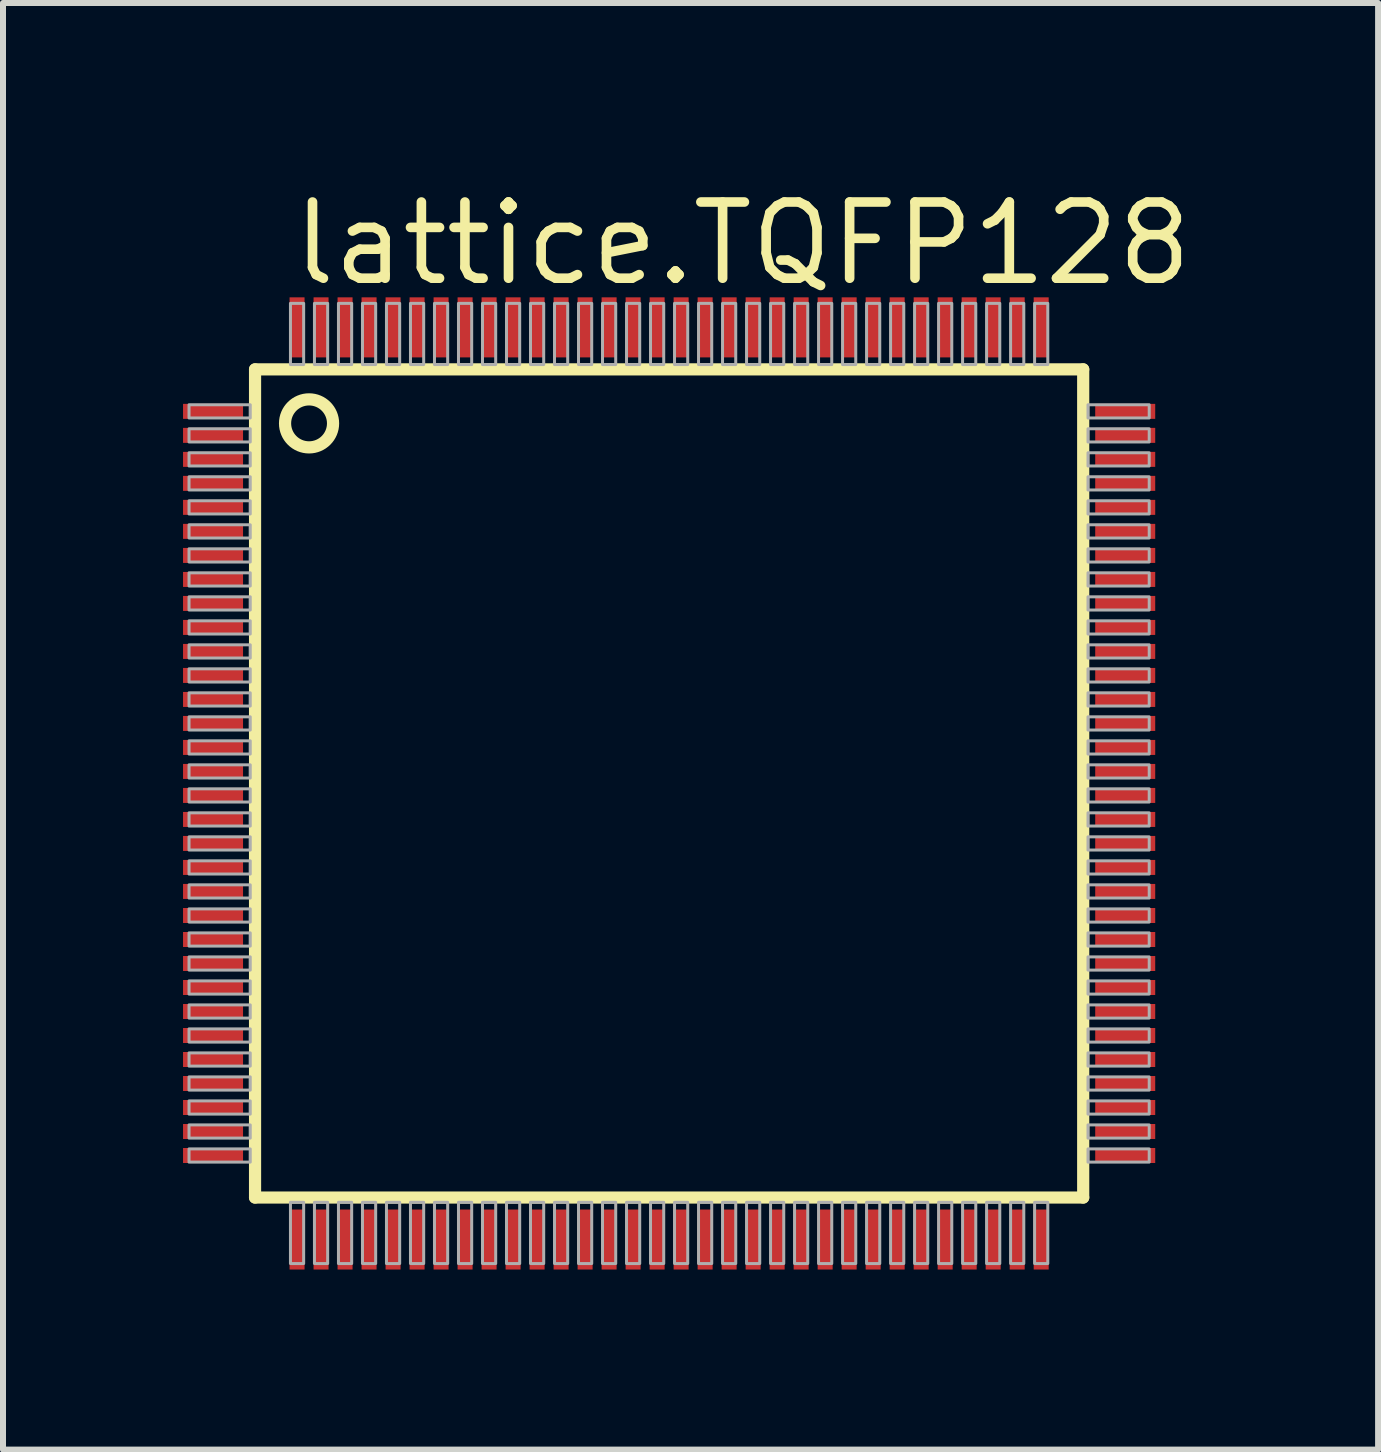
<source format=kicad_pcb>
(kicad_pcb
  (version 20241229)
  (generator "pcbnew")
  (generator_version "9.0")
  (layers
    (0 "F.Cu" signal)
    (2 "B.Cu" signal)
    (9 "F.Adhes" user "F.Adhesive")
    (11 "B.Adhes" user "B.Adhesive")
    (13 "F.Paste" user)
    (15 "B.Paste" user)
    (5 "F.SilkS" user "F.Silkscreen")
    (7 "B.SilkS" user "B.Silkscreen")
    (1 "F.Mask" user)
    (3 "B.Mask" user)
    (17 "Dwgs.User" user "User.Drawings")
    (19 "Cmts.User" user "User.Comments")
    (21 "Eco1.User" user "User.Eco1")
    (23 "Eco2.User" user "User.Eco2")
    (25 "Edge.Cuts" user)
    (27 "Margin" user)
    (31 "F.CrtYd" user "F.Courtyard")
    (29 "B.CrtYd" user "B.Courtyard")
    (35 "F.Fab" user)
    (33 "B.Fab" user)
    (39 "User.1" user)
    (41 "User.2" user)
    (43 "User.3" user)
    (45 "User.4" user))
  (footprint "lattice.TQFP128"
    (layer "F.Cu")
    (at 8.1 10.005)
    (property "Reference" "lattice.TQFP128" (at -6.35 -8.255 0) (layer "F.SilkS") (effects (font (size 1.27 1.27) (thickness 0.16)) (justify left bottom)))
    (attr smd)
    (fp_line (start -6.9 -6.9) (end -6.9 6.9) (stroke (width 0.203) (type default)) (layer "F.SilkS"))
    (fp_line (start -6.9 6.9) (end 6.9 6.9) (stroke (width 0.203) (type default)) (layer "F.SilkS"))
    (fp_line (start 6.9 -6.9) (end -6.9 -6.9) (stroke (width 0.203) (type default)) (layer "F.SilkS"))
    (fp_line (start 6.9 6.9) (end 6.9 -6.9) (stroke (width 0.203) (type default)) (layer "F.SilkS"))
    (fp_circle (center -6 -6) (end -5.6 -6) (stroke (width 0.203) (type default)) (fill no) (layer "F.SilkS"))
    (fp_rect (start -8 -6.09) (end -6.98 -6.31) (stroke (width 0.05) (type default)) (fill no) (layer "F.Fab"))
    (fp_rect (start -8 -5.69) (end -6.98 -5.91) (stroke (width 0.05) (type default)) (fill no) (layer "F.Fab"))
    (fp_rect (start -8 -5.29) (end -6.98 -5.51) (stroke (width 0.05) (type default)) (fill no) (layer "F.Fab"))
    (fp_rect (start -8 -4.89) (end -6.98 -5.11) (stroke (width 0.05) (type default)) (fill no) (layer "F.Fab"))
    (fp_rect (start -8 -4.49) (end -6.98 -4.71) (stroke (width 0.05) (type default)) (fill no) (layer "F.Fab"))
    (fp_rect (start -8 -4.09) (end -6.98 -4.31) (stroke (width 0.05) (type default)) (fill no) (layer "F.Fab"))
    (fp_rect (start -8 -3.69) (end -6.98 -3.91) (stroke (width 0.05) (type default)) (fill no) (layer "F.Fab"))
    (fp_rect (start -8 -3.29) (end -6.98 -3.51) (stroke (width 0.05) (type default)) (fill no) (layer "F.Fab"))
    (fp_rect (start -8 -2.89) (end -6.98 -3.11) (stroke (width 0.05) (type default)) (fill no) (layer "F.Fab"))
    (fp_rect (start -8 -2.49) (end -6.98 -2.71) (stroke (width 0.05) (type default)) (fill no) (layer "F.Fab"))
    (fp_rect (start -8 -2.09) (end -6.98 -2.31) (stroke (width 0.05) (type default)) (fill no) (layer "F.Fab"))
    (fp_rect (start -8 -1.69) (end -6.98 -1.91) (stroke (width 0.05) (type default)) (fill no) (layer "F.Fab"))
    (fp_rect (start -8 -1.29) (end -6.98 -1.51) (stroke (width 0.05) (type default)) (fill no) (layer "F.Fab"))
    (fp_rect (start -8 -0.89) (end -6.98 -1.11) (stroke (width 0.05) (type default)) (fill no) (layer "F.Fab"))
    (fp_rect (start -8 -0.49) (end -6.98 -0.71) (stroke (width 0.05) (type default)) (fill no) (layer "F.Fab"))
    (fp_rect (start -8 -0.09) (end -6.98 -0.31) (stroke (width 0.05) (type default)) (fill no) (layer "F.Fab"))
    (fp_rect (start -8 0.31) (end -6.98 0.09) (stroke (width 0.05) (type default)) (fill no) (layer "F.Fab"))
    (fp_rect (start -8 0.71) (end -6.98 0.49) (stroke (width 0.05) (type default)) (fill no) (layer "F.Fab"))
    (fp_rect (start -8 1.11) (end -6.98 0.89) (stroke (width 0.05) (type default)) (fill no) (layer "F.Fab"))
    (fp_rect (start -8 1.51) (end -6.98 1.29) (stroke (width 0.05) (type default)) (fill no) (layer "F.Fab"))
    (fp_rect (start -8 1.91) (end -6.98 1.69) (stroke (width 0.05) (type default)) (fill no) (layer "F.Fab"))
    (fp_rect (start -8 2.31) (end -6.98 2.09) (stroke (width 0.05) (type default)) (fill no) (layer "F.Fab"))
    (fp_rect (start -8 2.71) (end -6.98 2.49) (stroke (width 0.05) (type default)) (fill no) (layer "F.Fab"))
    (fp_rect (start -8 3.11) (end -6.98 2.89) (stroke (width 0.05) (type default)) (fill no) (layer "F.Fab"))
    (fp_rect (start -8 3.51) (end -6.98 3.29) (stroke (width 0.05) (type default)) (fill no) (layer "F.Fab"))
    (fp_rect (start -8 3.91) (end -6.98 3.69) (stroke (width 0.05) (type default)) (fill no) (layer "F.Fab"))
    (fp_rect (start -8 4.31) (end -6.98 4.09) (stroke (width 0.05) (type default)) (fill no) (layer "F.Fab"))
    (fp_rect (start -8 4.71) (end -6.98 4.49) (stroke (width 0.05) (type default)) (fill no) (layer "F.Fab"))
    (fp_rect (start -8 5.11) (end -6.98 4.89) (stroke (width 0.05) (type default)) (fill no) (layer "F.Fab"))
    (fp_rect (start -8 5.51) (end -6.98 5.29) (stroke (width 0.05) (type default)) (fill no) (layer "F.Fab"))
    (fp_rect (start -8 5.91) (end -6.98 5.69) (stroke (width 0.05) (type default)) (fill no) (layer "F.Fab"))
    (fp_rect (start -8 6.31) (end -6.98 6.09) (stroke (width 0.05) (type default)) (fill no) (layer "F.Fab"))
    (fp_rect (start -6.31 -6.98) (end -6.09 -8) (stroke (width 0.05) (type default)) (fill no) (layer "F.Fab"))
    (fp_rect (start -6.31 8) (end -6.09 6.98) (stroke (width 0.05) (type default)) (fill no) (layer "F.Fab"))
    (fp_rect (start -5.91 -6.98) (end -5.69 -8) (stroke (width 0.05) (type default)) (fill no) (layer "F.Fab"))
    (fp_rect (start -5.91 8) (end -5.69 6.98) (stroke (width 0.05) (type default)) (fill no) (layer "F.Fab"))
    (fp_rect (start -5.51 -6.98) (end -5.29 -8) (stroke (width 0.05) (type default)) (fill no) (layer "F.Fab"))
    (fp_rect (start -5.51 8) (end -5.29 6.98) (stroke (width 0.05) (type default)) (fill no) (layer "F.Fab"))
    (fp_rect (start -5.11 -6.98) (end -4.89 -8) (stroke (width 0.05) (type default)) (fill no) (layer "F.Fab"))
    (fp_rect (start -5.11 8) (end -4.89 6.98) (stroke (width 0.05) (type default)) (fill no) (layer "F.Fab"))
    (fp_rect (start -4.71 -6.98) (end -4.49 -8) (stroke (width 0.05) (type default)) (fill no) (layer "F.Fab"))
    (fp_rect (start -4.71 8) (end -4.49 6.98) (stroke (width 0.05) (type default)) (fill no) (layer "F.Fab"))
    (fp_rect (start -4.31 -6.98) (end -4.09 -8) (stroke (width 0.05) (type default)) (fill no) (layer "F.Fab"))
    (fp_rect (start -4.31 8) (end -4.09 6.98) (stroke (width 0.05) (type default)) (fill no) (layer "F.Fab"))
    (fp_rect (start -3.91 -6.98) (end -3.69 -8) (stroke (width 0.05) (type default)) (fill no) (layer "F.Fab"))
    (fp_rect (start -3.91 8) (end -3.69 6.98) (stroke (width 0.05) (type default)) (fill no) (layer "F.Fab"))
    (fp_rect (start -3.51 -6.98) (end -3.29 -8) (stroke (width 0.05) (type default)) (fill no) (layer "F.Fab"))
    (fp_rect (start -3.51 8) (end -3.29 6.98) (stroke (width 0.05) (type default)) (fill no) (layer "F.Fab"))
    (fp_rect (start -3.11 -6.98) (end -2.89 -8) (stroke (width 0.05) (type default)) (fill no) (layer "F.Fab"))
    (fp_rect (start -3.11 8) (end -2.89 6.98) (stroke (width 0.05) (type default)) (fill no) (layer "F.Fab"))
    (fp_rect (start -2.71 -6.98) (end -2.49 -8) (stroke (width 0.05) (type default)) (fill no) (layer "F.Fab"))
    (fp_rect (start -2.71 8) (end -2.49 6.98) (stroke (width 0.05) (type default)) (fill no) (layer "F.Fab"))
    (fp_rect (start -2.31 -6.98) (end -2.09 -8) (stroke (width 0.05) (type default)) (fill no) (layer "F.Fab"))
    (fp_rect (start -2.31 8) (end -2.09 6.98) (stroke (width 0.05) (type default)) (fill no) (layer "F.Fab"))
    (fp_rect (start -1.91 -6.98) (end -1.69 -8) (stroke (width 0.05) (type default)) (fill no) (layer "F.Fab"))
    (fp_rect (start -1.91 8) (end -1.69 6.98) (stroke (width 0.05) (type default)) (fill no) (layer "F.Fab"))
    (fp_rect (start -1.51 -6.98) (end -1.29 -8) (stroke (width 0.05) (type default)) (fill no) (layer "F.Fab"))
    (fp_rect (start -1.51 8) (end -1.29 6.98) (stroke (width 0.05) (type default)) (fill no) (layer "F.Fab"))
    (fp_rect (start -1.11 -6.98) (end -0.89 -8) (stroke (width 0.05) (type default)) (fill no) (layer "F.Fab"))
    (fp_rect (start -1.11 8) (end -0.89 6.98) (stroke (width 0.05) (type default)) (fill no) (layer "F.Fab"))
    (fp_rect (start -0.71 -6.98) (end -0.49 -8) (stroke (width 0.05) (type default)) (fill no) (layer "F.Fab"))
    (fp_rect (start -0.71 8) (end -0.49 6.98) (stroke (width 0.05) (type default)) (fill no) (layer "F.Fab"))
    (fp_rect (start -0.31 -6.98) (end -0.09 -8) (stroke (width 0.05) (type default)) (fill no) (layer "F.Fab"))
    (fp_rect (start -0.31 8) (end -0.09 6.98) (stroke (width 0.05) (type default)) (fill no) (layer "F.Fab"))
    (fp_rect (start 0.09 -6.98) (end 0.31 -8) (stroke (width 0.05) (type default)) (fill no) (layer "F.Fab"))
    (fp_rect (start 0.09 8) (end 0.31 6.98) (stroke (width 0.05) (type default)) (fill no) (layer "F.Fab"))
    (fp_rect (start 0.49 -6.98) (end 0.71 -8) (stroke (width 0.05) (type default)) (fill no) (layer "F.Fab"))
    (fp_rect (start 0.49 8) (end 0.71 6.98) (stroke (width 0.05) (type default)) (fill no) (layer "F.Fab"))
    (fp_rect (start 0.89 -6.98) (end 1.11 -8) (stroke (width 0.05) (type default)) (fill no) (layer "F.Fab"))
    (fp_rect (start 0.89 8) (end 1.11 6.98) (stroke (width 0.05) (type default)) (fill no) (layer "F.Fab"))
    (fp_rect (start 1.29 -6.98) (end 1.51 -8) (stroke (width 0.05) (type default)) (fill no) (layer "F.Fab"))
    (fp_rect (start 1.29 8) (end 1.51 6.98) (stroke (width 0.05) (type default)) (fill no) (layer "F.Fab"))
    (fp_rect (start 1.69 -6.98) (end 1.91 -8) (stroke (width 0.05) (type default)) (fill no) (layer "F.Fab"))
    (fp_rect (start 1.69 8) (end 1.91 6.98) (stroke (width 0.05) (type default)) (fill no) (layer "F.Fab"))
    (fp_rect (start 2.09 -6.98) (end 2.31 -8) (stroke (width 0.05) (type default)) (fill no) (layer "F.Fab"))
    (fp_rect (start 2.09 8) (end 2.31 6.98) (stroke (width 0.05) (type default)) (fill no) (layer "F.Fab"))
    (fp_rect (start 2.49 -6.98) (end 2.71 -8) (stroke (width 0.05) (type default)) (fill no) (layer "F.Fab"))
    (fp_rect (start 2.49 8) (end 2.71 6.98) (stroke (width 0.05) (type default)) (fill no) (layer "F.Fab"))
    (fp_rect (start 2.89 -6.98) (end 3.11 -8) (stroke (width 0.05) (type default)) (fill no) (layer "F.Fab"))
    (fp_rect (start 2.89 8) (end 3.11 6.98) (stroke (width 0.05) (type default)) (fill no) (layer "F.Fab"))
    (fp_rect (start 3.29 -6.98) (end 3.51 -8) (stroke (width 0.05) (type default)) (fill no) (layer "F.Fab"))
    (fp_rect (start 3.29 8) (end 3.51 6.98) (stroke (width 0.05) (type default)) (fill no) (layer "F.Fab"))
    (fp_rect (start 3.69 -6.98) (end 3.91 -8) (stroke (width 0.05) (type default)) (fill no) (layer "F.Fab"))
    (fp_rect (start 3.69 8) (end 3.91 6.98) (stroke (width 0.05) (type default)) (fill no) (layer "F.Fab"))
    (fp_rect (start 4.09 -6.98) (end 4.31 -8) (stroke (width 0.05) (type default)) (fill no) (layer "F.Fab"))
    (fp_rect (start 4.09 8) (end 4.31 6.98) (stroke (width 0.05) (type default)) (fill no) (layer "F.Fab"))
    (fp_rect (start 4.49 -6.98) (end 4.71 -8) (stroke (width 0.05) (type default)) (fill no) (layer "F.Fab"))
    (fp_rect (start 4.49 8) (end 4.71 6.98) (stroke (width 0.05) (type default)) (fill no) (layer "F.Fab"))
    (fp_rect (start 4.89 -6.98) (end 5.11 -8) (stroke (width 0.05) (type default)) (fill no) (layer "F.Fab"))
    (fp_rect (start 4.89 8) (end 5.11 6.98) (stroke (width 0.05) (type default)) (fill no) (layer "F.Fab"))
    (fp_rect (start 5.29 -6.98) (end 5.51 -8) (stroke (width 0.05) (type default)) (fill no) (layer "F.Fab"))
    (fp_rect (start 5.29 8) (end 5.51 6.98) (stroke (width 0.05) (type default)) (fill no) (layer "F.Fab"))
    (fp_rect (start 5.69 -6.98) (end 5.91 -8) (stroke (width 0.05) (type default)) (fill no) (layer "F.Fab"))
    (fp_rect (start 5.69 8) (end 5.91 6.98) (stroke (width 0.05) (type default)) (fill no) (layer "F.Fab"))
    (fp_rect (start 6.09 -6.98) (end 6.31 -8) (stroke (width 0.05) (type default)) (fill no) (layer "F.Fab"))
    (fp_rect (start 6.09 8) (end 6.31 6.98) (stroke (width 0.05) (type default)) (fill no) (layer "F.Fab"))
    (fp_rect (start 6.98 -6.09) (end 8 -6.31) (stroke (width 0.05) (type default)) (fill no) (layer "F.Fab"))
    (fp_rect (start 6.98 -5.69) (end 8 -5.91) (stroke (width 0.05) (type default)) (fill no) (layer "F.Fab"))
    (fp_rect (start 6.98 -5.29) (end 8 -5.51) (stroke (width 0.05) (type default)) (fill no) (layer "F.Fab"))
    (fp_rect (start 6.98 -4.89) (end 8 -5.11) (stroke (width 0.05) (type default)) (fill no) (layer "F.Fab"))
    (fp_rect (start 6.98 -4.49) (end 8 -4.71) (stroke (width 0.05) (type default)) (fill no) (layer "F.Fab"))
    (fp_rect (start 6.98 -4.09) (end 8 -4.31) (stroke (width 0.05) (type default)) (fill no) (layer "F.Fab"))
    (fp_rect (start 6.98 -3.69) (end 8 -3.91) (stroke (width 0.05) (type default)) (fill no) (layer "F.Fab"))
    (fp_rect (start 6.98 -3.29) (end 8 -3.51) (stroke (width 0.05) (type default)) (fill no) (layer "F.Fab"))
    (fp_rect (start 6.98 -2.89) (end 8 -3.11) (stroke (width 0.05) (type default)) (fill no) (layer "F.Fab"))
    (fp_rect (start 6.98 -2.49) (end 8 -2.71) (stroke (width 0.05) (type default)) (fill no) (layer "F.Fab"))
    (fp_rect (start 6.98 -2.09) (end 8 -2.31) (stroke (width 0.05) (type default)) (fill no) (layer "F.Fab"))
    (fp_rect (start 6.98 -1.69) (end 8 -1.91) (stroke (width 0.05) (type default)) (fill no) (layer "F.Fab"))
    (fp_rect (start 6.98 -1.29) (end 8 -1.51) (stroke (width 0.05) (type default)) (fill no) (layer "F.Fab"))
    (fp_rect (start 6.98 -0.89) (end 8 -1.11) (stroke (width 0.05) (type default)) (fill no) (layer "F.Fab"))
    (fp_rect (start 6.98 -0.49) (end 8 -0.71) (stroke (width 0.05) (type default)) (fill no) (layer "F.Fab"))
    (fp_rect (start 6.98 -0.09) (end 8 -0.31) (stroke (width 0.05) (type default)) (fill no) (layer "F.Fab"))
    (fp_rect (start 6.98 0.31) (end 8 0.09) (stroke (width 0.05) (type default)) (fill no) (layer "F.Fab"))
    (fp_rect (start 6.98 0.71) (end 8 0.49) (stroke (width 0.05) (type default)) (fill no) (layer "F.Fab"))
    (fp_rect (start 6.98 1.11) (end 8 0.89) (stroke (width 0.05) (type default)) (fill no) (layer "F.Fab"))
    (fp_rect (start 6.98 1.51) (end 8 1.29) (stroke (width 0.05) (type default)) (fill no) (layer "F.Fab"))
    (fp_rect (start 6.98 1.91) (end 8 1.69) (stroke (width 0.05) (type default)) (fill no) (layer "F.Fab"))
    (fp_rect (start 6.98 2.31) (end 8 2.09) (stroke (width 0.05) (type default)) (fill no) (layer "F.Fab"))
    (fp_rect (start 6.98 2.71) (end 8 2.49) (stroke (width 0.05) (type default)) (fill no) (layer "F.Fab"))
    (fp_rect (start 6.98 3.11) (end 8 2.89) (stroke (width 0.05) (type default)) (fill no) (layer "F.Fab"))
    (fp_rect (start 6.98 3.51) (end 8 3.29) (stroke (width 0.05) (type default)) (fill no) (layer "F.Fab"))
    (fp_rect (start 6.98 3.91) (end 8 3.69) (stroke (width 0.05) (type default)) (fill no) (layer "F.Fab"))
    (fp_rect (start 6.98 4.31) (end 8 4.09) (stroke (width 0.05) (type default)) (fill no) (layer "F.Fab"))
    (fp_rect (start 6.98 4.71) (end 8 4.49) (stroke (width 0.05) (type default)) (fill no) (layer "F.Fab"))
    (fp_rect (start 6.98 5.11) (end 8 4.89) (stroke (width 0.05) (type default)) (fill no) (layer "F.Fab"))
    (fp_rect (start 6.98 5.51) (end 8 5.29) (stroke (width 0.05) (type default)) (fill no) (layer "F.Fab"))
    (fp_rect (start 6.98 5.91) (end 8 5.69) (stroke (width 0.05) (type default)) (fill no) (layer "F.Fab"))
    (fp_rect (start 6.98 6.31) (end 8 6.09) (stroke (width 0.05) (type default)) (fill no) (layer "F.Fab"))
    (pad "1" smd roundrect (at -7.6 -6.2) (size 1 0.25) (layers "F.Cu" "F.Mask" "F.Paste") (roundrect_rratio 0.01))
    (pad "2" smd roundrect (at -7.6 -5.8) (size 1 0.25) (layers "F.Cu" "F.Mask" "F.Paste") (roundrect_rratio 0.01))
    (pad "3" smd roundrect (at -7.6 -5.4) (size 1 0.25) (layers "F.Cu" "F.Mask" "F.Paste") (roundrect_rratio 0.01))
    (pad "4" smd roundrect (at -7.6 -5) (size 1 0.25) (layers "F.Cu" "F.Mask" "F.Paste") (roundrect_rratio 0.01))
    (pad "5" smd roundrect (at -7.6 -4.6) (size 1 0.25) (layers "F.Cu" "F.Mask" "F.Paste") (roundrect_rratio 0.01))
    (pad "6" smd roundrect (at -7.6 -4.2) (size 1 0.25) (layers "F.Cu" "F.Mask" "F.Paste") (roundrect_rratio 0.01))
    (pad "7" smd roundrect (at -7.6 -3.8) (size 1 0.25) (layers "F.Cu" "F.Mask" "F.Paste") (roundrect_rratio 0.01))
    (pad "8" smd roundrect (at -7.6 -3.4) (size 1 0.25) (layers "F.Cu" "F.Mask" "F.Paste") (roundrect_rratio 0.01))
    (pad "9" smd roundrect (at -7.6 -3) (size 1 0.25) (layers "F.Cu" "F.Mask" "F.Paste") (roundrect_rratio 0.01))
    (pad "10" smd roundrect (at -7.6 -2.6) (size 1 0.25) (layers "F.Cu" "F.Mask" "F.Paste") (roundrect_rratio 0.01))
    (pad "11" smd roundrect (at -7.6 -2.2) (size 1 0.25) (layers "F.Cu" "F.Mask" "F.Paste") (roundrect_rratio 0.01))
    (pad "12" smd roundrect (at -7.6 -1.8) (size 1 0.25) (layers "F.Cu" "F.Mask" "F.Paste") (roundrect_rratio 0.01))
    (pad "13" smd roundrect (at -7.6 -1.4) (size 1 0.25) (layers "F.Cu" "F.Mask" "F.Paste") (roundrect_rratio 0.01))
    (pad "14" smd roundrect (at -7.6 -1) (size 1 0.25) (layers "F.Cu" "F.Mask" "F.Paste") (roundrect_rratio 0.01))
    (pad "15" smd roundrect (at -7.6 -0.6) (size 1 0.25) (layers "F.Cu" "F.Mask" "F.Paste") (roundrect_rratio 0.01))
    (pad "16" smd roundrect (at -7.6 -0.2) (size 1 0.25) (layers "F.Cu" "F.Mask" "F.Paste") (roundrect_rratio 0.01))
    (pad "17" smd roundrect (at -7.6 0.2) (size 1 0.25) (layers "F.Cu" "F.Mask" "F.Paste") (roundrect_rratio 0.01))
    (pad "18" smd roundrect (at -7.6 0.6) (size 1 0.25) (layers "F.Cu" "F.Mask" "F.Paste") (roundrect_rratio 0.01))
    (pad "19" smd roundrect (at -7.6 1) (size 1 0.25) (layers "F.Cu" "F.Mask" "F.Paste") (roundrect_rratio 0.01))
    (pad "20" smd roundrect (at -7.6 1.4) (size 1 0.25) (layers "F.Cu" "F.Mask" "F.Paste") (roundrect_rratio 0.01))
    (pad "21" smd roundrect (at -7.6 1.8) (size 1 0.25) (layers "F.Cu" "F.Mask" "F.Paste") (roundrect_rratio 0.01))
    (pad "22" smd roundrect (at -7.6 2.2) (size 1 0.25) (layers "F.Cu" "F.Mask" "F.Paste") (roundrect_rratio 0.01))
    (pad "23" smd roundrect (at -7.6 2.6) (size 1 0.25) (layers "F.Cu" "F.Mask" "F.Paste") (roundrect_rratio 0.01))
    (pad "24" smd roundrect (at -7.6 3) (size 1 0.25) (layers "F.Cu" "F.Mask" "F.Paste") (roundrect_rratio 0.01))
    (pad "25" smd roundrect (at -7.6 3.4) (size 1 0.25) (layers "F.Cu" "F.Mask" "F.Paste") (roundrect_rratio 0.01))
    (pad "26" smd roundrect (at -7.6 3.8) (size 1 0.25) (layers "F.Cu" "F.Mask" "F.Paste") (roundrect_rratio 0.01))
    (pad "27" smd roundrect (at -7.6 4.2) (size 1 0.25) (layers "F.Cu" "F.Mask" "F.Paste") (roundrect_rratio 0.01))
    (pad "28" smd roundrect (at -7.6 4.6) (size 1 0.25) (layers "F.Cu" "F.Mask" "F.Paste") (roundrect_rratio 0.01))
    (pad "29" smd roundrect (at -7.6 5) (size 1 0.25) (layers "F.Cu" "F.Mask" "F.Paste") (roundrect_rratio 0.01))
    (pad "30" smd roundrect (at -7.6 5.4) (size 1 0.25) (layers "F.Cu" "F.Mask" "F.Paste") (roundrect_rratio 0.01))
    (pad "31" smd roundrect (at -7.6 5.8) (size 1 0.25) (layers "F.Cu" "F.Mask" "F.Paste") (roundrect_rratio 0.01))
    (pad "32" smd roundrect (at -7.6 6.2) (size 1 0.25) (layers "F.Cu" "F.Mask" "F.Paste") (roundrect_rratio 0.01))
    (pad "33" smd roundrect (at -6.2 7.6) (size 0.25 1) (layers "F.Cu" "F.Mask" "F.Paste") (roundrect_rratio 0.01))
    (pad "34" smd roundrect (at -5.8 7.6) (size 0.25 1) (layers "F.Cu" "F.Mask" "F.Paste") (roundrect_rratio 0.01))
    (pad "35" smd roundrect (at -5.4 7.6) (size 0.25 1) (layers "F.Cu" "F.Mask" "F.Paste") (roundrect_rratio 0.01))
    (pad "36" smd roundrect (at -5 7.6) (size 0.25 1) (layers "F.Cu" "F.Mask" "F.Paste") (roundrect_rratio 0.01))
    (pad "37" smd roundrect (at -4.6 7.6) (size 0.25 1) (layers "F.Cu" "F.Mask" "F.Paste") (roundrect_rratio 0.01))
    (pad "38" smd roundrect (at -4.2 7.6) (size 0.25 1) (layers "F.Cu" "F.Mask" "F.Paste") (roundrect_rratio 0.01))
    (pad "39" smd roundrect (at -3.8 7.6) (size 0.25 1) (layers "F.Cu" "F.Mask" "F.Paste") (roundrect_rratio 0.01))
    (pad "40" smd roundrect (at -3.4 7.6) (size 0.25 1) (layers "F.Cu" "F.Mask" "F.Paste") (roundrect_rratio 0.01))
    (pad "41" smd roundrect (at -3 7.6) (size 0.25 1) (layers "F.Cu" "F.Mask" "F.Paste") (roundrect_rratio 0.01))
    (pad "42" smd roundrect (at -2.6 7.6) (size 0.25 1) (layers "F.Cu" "F.Mask" "F.Paste") (roundrect_rratio 0.01))
    (pad "43" smd roundrect (at -2.2 7.6) (size 0.25 1) (layers "F.Cu" "F.Mask" "F.Paste") (roundrect_rratio 0.01))
    (pad "44" smd roundrect (at -1.8 7.6) (size 0.25 1) (layers "F.Cu" "F.Mask" "F.Paste") (roundrect_rratio 0.01))
    (pad "45" smd roundrect (at -1.4 7.6) (size 0.25 1) (layers "F.Cu" "F.Mask" "F.Paste") (roundrect_rratio 0.01))
    (pad "46" smd roundrect (at -1 7.6) (size 0.25 1) (layers "F.Cu" "F.Mask" "F.Paste") (roundrect_rratio 0.01))
    (pad "47" smd roundrect (at -0.6 7.6) (size 0.25 1) (layers "F.Cu" "F.Mask" "F.Paste") (roundrect_rratio 0.01))
    (pad "48" smd roundrect (at -0.2 7.6) (size 0.25 1) (layers "F.Cu" "F.Mask" "F.Paste") (roundrect_rratio 0.01))
    (pad "49" smd roundrect (at 0.2 7.6) (size 0.25 1) (layers "F.Cu" "F.Mask" "F.Paste") (roundrect_rratio 0.01))
    (pad "50" smd roundrect (at 0.6 7.6) (size 0.25 1) (layers "F.Cu" "F.Mask" "F.Paste") (roundrect_rratio 0.01))
    (pad "51" smd roundrect (at 1 7.6) (size 0.25 1) (layers "F.Cu" "F.Mask" "F.Paste") (roundrect_rratio 0.01))
    (pad "52" smd roundrect (at 1.4 7.6) (size 0.25 1) (layers "F.Cu" "F.Mask" "F.Paste") (roundrect_rratio 0.01))
    (pad "53" smd roundrect (at 1.8 7.6) (size 0.25 1) (layers "F.Cu" "F.Mask" "F.Paste") (roundrect_rratio 0.01))
    (pad "54" smd roundrect (at 2.2 7.6) (size 0.25 1) (layers "F.Cu" "F.Mask" "F.Paste") (roundrect_rratio 0.01))
    (pad "55" smd roundrect (at 2.6 7.6) (size 0.25 1) (layers "F.Cu" "F.Mask" "F.Paste") (roundrect_rratio 0.01))
    (pad "56" smd roundrect (at 3 7.6) (size 0.25 1) (layers "F.Cu" "F.Mask" "F.Paste") (roundrect_rratio 0.01))
    (pad "57" smd roundrect (at 3.4 7.6) (size 0.25 1) (layers "F.Cu" "F.Mask" "F.Paste") (roundrect_rratio 0.01))
    (pad "58" smd roundrect (at 3.8 7.6) (size 0.25 1) (layers "F.Cu" "F.Mask" "F.Paste") (roundrect_rratio 0.01))
    (pad "59" smd roundrect (at 4.2 7.6) (size 0.25 1) (layers "F.Cu" "F.Mask" "F.Paste") (roundrect_rratio 0.01))
    (pad "60" smd roundrect (at 4.6 7.6) (size 0.25 1) (layers "F.Cu" "F.Mask" "F.Paste") (roundrect_rratio 0.01))
    (pad "61" smd roundrect (at 5 7.6) (size 0.25 1) (layers "F.Cu" "F.Mask" "F.Paste") (roundrect_rratio 0.01))
    (pad "62" smd roundrect (at 5.4 7.6) (size 0.25 1) (layers "F.Cu" "F.Mask" "F.Paste") (roundrect_rratio 0.01))
    (pad "63" smd roundrect (at 5.8 7.6) (size 0.25 1) (layers "F.Cu" "F.Mask" "F.Paste") (roundrect_rratio 0.01))
    (pad "64" smd roundrect (at 6.2 7.6) (size 0.25 1) (layers "F.Cu" "F.Mask" "F.Paste") (roundrect_rratio 0.01))
    (pad "65" smd roundrect (at 7.6 6.2) (size 1 0.25) (layers "F.Cu" "F.Mask" "F.Paste") (roundrect_rratio 0.01))
    (pad "66" smd roundrect (at 7.6 5.8) (size 1 0.25) (layers "F.Cu" "F.Mask" "F.Paste") (roundrect_rratio 0.01))
    (pad "67" smd roundrect (at 7.6 5.4) (size 1 0.25) (layers "F.Cu" "F.Mask" "F.Paste") (roundrect_rratio 0.01))
    (pad "68" smd roundrect (at 7.6 5) (size 1 0.25) (layers "F.Cu" "F.Mask" "F.Paste") (roundrect_rratio 0.01))
    (pad "69" smd roundrect (at 7.6 4.6) (size 1 0.25) (layers "F.Cu" "F.Mask" "F.Paste") (roundrect_rratio 0.01))
    (pad "70" smd roundrect (at 7.6 4.2) (size 1 0.25) (layers "F.Cu" "F.Mask" "F.Paste") (roundrect_rratio 0.01))
    (pad "71" smd roundrect (at 7.6 3.8) (size 1 0.25) (layers "F.Cu" "F.Mask" "F.Paste") (roundrect_rratio 0.01))
    (pad "72" smd roundrect (at 7.6 3.4) (size 1 0.25) (layers "F.Cu" "F.Mask" "F.Paste") (roundrect_rratio 0.01))
    (pad "73" smd roundrect (at 7.6 3) (size 1 0.25) (layers "F.Cu" "F.Mask" "F.Paste") (roundrect_rratio 0.01))
    (pad "74" smd roundrect (at 7.6 2.6) (size 1 0.25) (layers "F.Cu" "F.Mask" "F.Paste") (roundrect_rratio 0.01))
    (pad "75" smd roundrect (at 7.6 2.2) (size 1 0.25) (layers "F.Cu" "F.Mask" "F.Paste") (roundrect_rratio 0.01))
    (pad "76" smd roundrect (at 7.6 1.8) (size 1 0.25) (layers "F.Cu" "F.Mask" "F.Paste") (roundrect_rratio 0.01))
    (pad "77" smd roundrect (at 7.6 1.4) (size 1 0.25) (layers "F.Cu" "F.Mask" "F.Paste") (roundrect_rratio 0.01))
    (pad "78" smd roundrect (at 7.6 1) (size 1 0.25) (layers "F.Cu" "F.Mask" "F.Paste") (roundrect_rratio 0.01))
    (pad "79" smd roundrect (at 7.6 0.6) (size 1 0.25) (layers "F.Cu" "F.Mask" "F.Paste") (roundrect_rratio 0.01))
    (pad "80" smd roundrect (at 7.6 0.2) (size 1 0.25) (layers "F.Cu" "F.Mask" "F.Paste") (roundrect_rratio 0.01))
    (pad "81" smd roundrect (at 7.6 -0.2) (size 1 0.25) (layers "F.Cu" "F.Mask" "F.Paste") (roundrect_rratio 0.01))
    (pad "82" smd roundrect (at 7.6 -0.6) (size 1 0.25) (layers "F.Cu" "F.Mask" "F.Paste") (roundrect_rratio 0.01))
    (pad "83" smd roundrect (at 7.6 -1) (size 1 0.25) (layers "F.Cu" "F.Mask" "F.Paste") (roundrect_rratio 0.01))
    (pad "84" smd roundrect (at 7.6 -1.4) (size 1 0.25) (layers "F.Cu" "F.Mask" "F.Paste") (roundrect_rratio 0.01))
    (pad "85" smd roundrect (at 7.6 -1.8) (size 1 0.25) (layers "F.Cu" "F.Mask" "F.Paste") (roundrect_rratio 0.01))
    (pad "86" smd roundrect (at 7.6 -2.2) (size 1 0.25) (layers "F.Cu" "F.Mask" "F.Paste") (roundrect_rratio 0.01))
    (pad "87" smd roundrect (at 7.6 -2.6) (size 1 0.25) (layers "F.Cu" "F.Mask" "F.Paste") (roundrect_rratio 0.01))
    (pad "88" smd roundrect (at 7.6 -3) (size 1 0.25) (layers "F.Cu" "F.Mask" "F.Paste") (roundrect_rratio 0.01))
    (pad "89" smd roundrect (at 7.6 -3.4) (size 1 0.25) (layers "F.Cu" "F.Mask" "F.Paste") (roundrect_rratio 0.01))
    (pad "90" smd roundrect (at 7.6 -3.8) (size 1 0.25) (layers "F.Cu" "F.Mask" "F.Paste") (roundrect_rratio 0.01))
    (pad "91" smd roundrect (at 7.6 -4.2) (size 1 0.25) (layers "F.Cu" "F.Mask" "F.Paste") (roundrect_rratio 0.01))
    (pad "92" smd roundrect (at 7.6 -4.6) (size 1 0.25) (layers "F.Cu" "F.Mask" "F.Paste") (roundrect_rratio 0.01))
    (pad "93" smd roundrect (at 7.6 -5) (size 1 0.25) (layers "F.Cu" "F.Mask" "F.Paste") (roundrect_rratio 0.01))
    (pad "94" smd roundrect (at 7.6 -5.4) (size 1 0.25) (layers "F.Cu" "F.Mask" "F.Paste") (roundrect_rratio 0.01))
    (pad "95" smd roundrect (at 7.6 -5.8) (size 1 0.25) (layers "F.Cu" "F.Mask" "F.Paste") (roundrect_rratio 0.01))
    (pad "96" smd roundrect (at 7.6 -6.2) (size 1 0.25) (layers "F.Cu" "F.Mask" "F.Paste") (roundrect_rratio 0.01))
    (pad "97" smd roundrect (at 6.2 -7.6) (size 0.25 1) (layers "F.Cu" "F.Mask" "F.Paste") (roundrect_rratio 0.01))
    (pad "98" smd roundrect (at 5.8 -7.6) (size 0.25 1) (layers "F.Cu" "F.Mask" "F.Paste") (roundrect_rratio 0.01))
    (pad "99" smd roundrect (at 5.4 -7.6) (size 0.25 1) (layers "F.Cu" "F.Mask" "F.Paste") (roundrect_rratio 0.01))
    (pad "100" smd roundrect (at 5 -7.6) (size 0.25 1) (layers "F.Cu" "F.Mask" "F.Paste") (roundrect_rratio 0.01))
    (pad "101" smd roundrect (at 4.6 -7.6) (size 0.25 1) (layers "F.Cu" "F.Mask" "F.Paste") (roundrect_rratio 0.01))
    (pad "102" smd roundrect (at 4.2 -7.6) (size 0.25 1) (layers "F.Cu" "F.Mask" "F.Paste") (roundrect_rratio 0.01))
    (pad "103" smd roundrect (at 3.8 -7.6) (size 0.25 1) (layers "F.Cu" "F.Mask" "F.Paste") (roundrect_rratio 0.01))
    (pad "104" smd roundrect (at 3.4 -7.6) (size 0.25 1) (layers "F.Cu" "F.Mask" "F.Paste") (roundrect_rratio 0.01))
    (pad "105" smd roundrect (at 3 -7.6) (size 0.25 1) (layers "F.Cu" "F.Mask" "F.Paste") (roundrect_rratio 0.01))
    (pad "106" smd roundrect (at 2.6 -7.6) (size 0.25 1) (layers "F.Cu" "F.Mask" "F.Paste") (roundrect_rratio 0.01))
    (pad "107" smd roundrect (at 2.2 -7.6) (size 0.25 1) (layers "F.Cu" "F.Mask" "F.Paste") (roundrect_rratio 0.01))
    (pad "108" smd roundrect (at 1.8 -7.6) (size 0.25 1) (layers "F.Cu" "F.Mask" "F.Paste") (roundrect_rratio 0.01))
    (pad "109" smd roundrect (at 1.4 -7.6) (size 0.25 1) (layers "F.Cu" "F.Mask" "F.Paste") (roundrect_rratio 0.01))
    (pad "110" smd roundrect (at 1 -7.6) (size 0.25 1) (layers "F.Cu" "F.Mask" "F.Paste") (roundrect_rratio 0.01))
    (pad "111" smd roundrect (at 0.6 -7.6) (size 0.25 1) (layers "F.Cu" "F.Mask" "F.Paste") (roundrect_rratio 0.01))
    (pad "112" smd roundrect (at 0.2 -7.6) (size 0.25 1) (layers "F.Cu" "F.Mask" "F.Paste") (roundrect_rratio 0.01))
    (pad "113" smd roundrect (at -0.2 -7.6) (size 0.25 1) (layers "F.Cu" "F.Mask" "F.Paste") (roundrect_rratio 0.01))
    (pad "114" smd roundrect (at -0.6 -7.6) (size 0.25 1) (layers "F.Cu" "F.Mask" "F.Paste") (roundrect_rratio 0.01))
    (pad "115" smd roundrect (at -1 -7.6) (size 0.25 1) (layers "F.Cu" "F.Mask" "F.Paste") (roundrect_rratio 0.01))
    (pad "116" smd roundrect (at -1.4 -7.6) (size 0.25 1) (layers "F.Cu" "F.Mask" "F.Paste") (roundrect_rratio 0.01))
    (pad "117" smd roundrect (at -1.8 -7.6) (size 0.25 1) (layers "F.Cu" "F.Mask" "F.Paste") (roundrect_rratio 0.01))
    (pad "118" smd roundrect (at -2.2 -7.6) (size 0.25 1) (layers "F.Cu" "F.Mask" "F.Paste") (roundrect_rratio 0.01))
    (pad "119" smd roundrect (at -2.6 -7.6) (size 0.25 1) (layers "F.Cu" "F.Mask" "F.Paste") (roundrect_rratio 0.01))
    (pad "120" smd roundrect (at -3 -7.6) (size 0.25 1) (layers "F.Cu" "F.Mask" "F.Paste") (roundrect_rratio 0.01))
    (pad "121" smd roundrect (at -3.4 -7.6) (size 0.25 1) (layers "F.Cu" "F.Mask" "F.Paste") (roundrect_rratio 0.01))
    (pad "122" smd roundrect (at -3.8 -7.6) (size 0.25 1) (layers "F.Cu" "F.Mask" "F.Paste") (roundrect_rratio 0.01))
    (pad "123" smd roundrect (at -4.2 -7.6) (size 0.25 1) (layers "F.Cu" "F.Mask" "F.Paste") (roundrect_rratio 0.01))
    (pad "124" smd roundrect (at -4.6 -7.6) (size 0.25 1) (layers "F.Cu" "F.Mask" "F.Paste") (roundrect_rratio 0.01))
    (pad "125" smd roundrect (at -5 -7.6) (size 0.25 1) (layers "F.Cu" "F.Mask" "F.Paste") (roundrect_rratio 0.01))
    (pad "126" smd roundrect (at -5.4 -7.6) (size 0.25 1) (layers "F.Cu" "F.Mask" "F.Paste") (roundrect_rratio 0.01))
    (pad "127" smd roundrect (at -5.8 -7.6) (size 0.25 1) (layers "F.Cu" "F.Mask" "F.Paste") (roundrect_rratio 0.01))
    (pad "128" smd roundrect (at -6.2 -7.6) (size 0.25 1) (layers "F.Cu" "F.Mask" "F.Paste") (roundrect_rratio 0.01)))
  (gr_rect
    (start -3 -3)
    (end 19.914 21.105)
    (stroke (width 0.1) (type default))
    (fill no)
    (layer "Edge.Cuts")))
</source>
